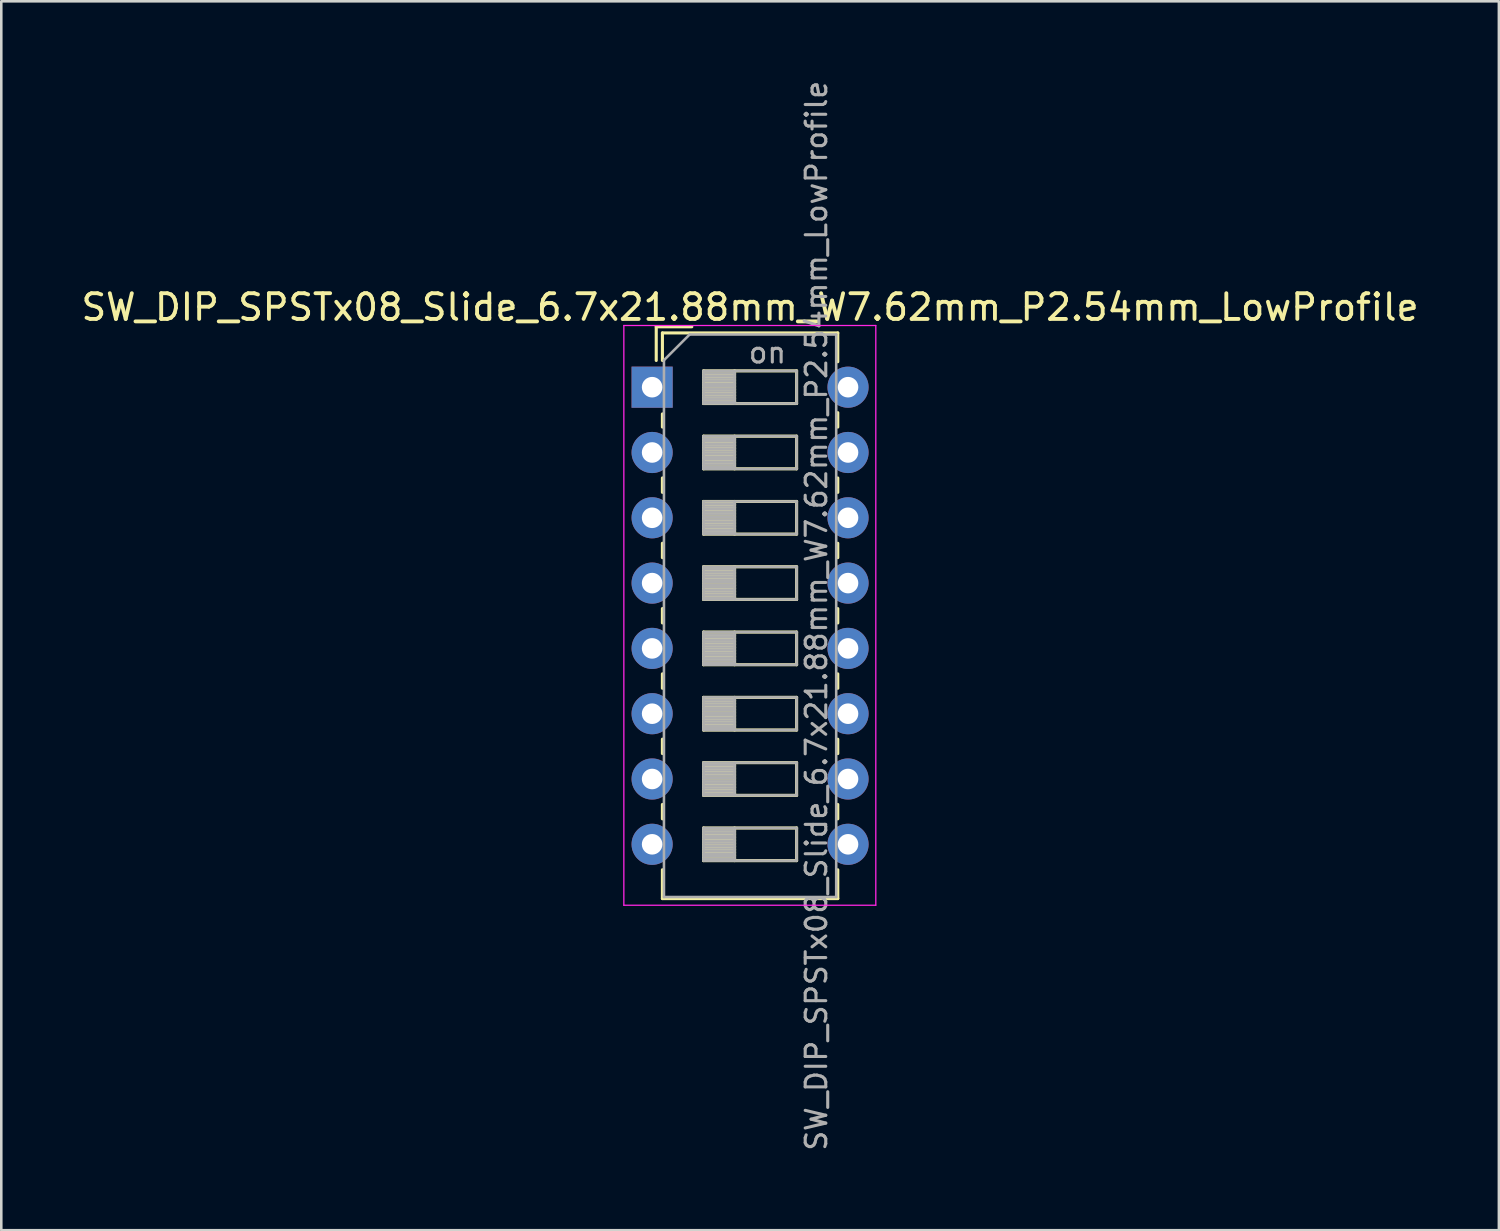
<source format=kicad_pcb>
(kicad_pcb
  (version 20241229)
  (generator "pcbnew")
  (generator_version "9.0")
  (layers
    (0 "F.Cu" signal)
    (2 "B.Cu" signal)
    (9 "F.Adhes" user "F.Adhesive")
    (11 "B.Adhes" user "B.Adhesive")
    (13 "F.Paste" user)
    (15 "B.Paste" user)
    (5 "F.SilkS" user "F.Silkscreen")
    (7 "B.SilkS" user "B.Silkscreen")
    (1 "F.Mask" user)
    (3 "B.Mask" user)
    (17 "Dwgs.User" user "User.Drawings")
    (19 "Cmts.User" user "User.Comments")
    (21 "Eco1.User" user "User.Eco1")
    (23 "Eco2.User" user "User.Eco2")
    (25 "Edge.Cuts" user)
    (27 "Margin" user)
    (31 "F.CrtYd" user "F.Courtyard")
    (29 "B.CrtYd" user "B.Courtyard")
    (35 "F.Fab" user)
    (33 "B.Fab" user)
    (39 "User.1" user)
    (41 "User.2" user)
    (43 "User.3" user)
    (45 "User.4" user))
  (footprint "SW_DIP_SPSTx08_Slide_6.7x21.88mm_W7.62mm_P2.54mm_LowProfile"
    (layer "F.Cu")
    (at 22.315 12.01)
    (property "Reference" "SW_DIP_SPSTx08_Slide_6.7x21.88mm_W7.62mm_P2.54mm_LowProfile" (at 3.81 -3.11 0) (layer "F.SilkS") (effects (font (size 1 1) (thickness 0.15))))
    (attr through_hole)
    (fp_line (start 0.16 -2.35) (end 0.16 -1.04) (stroke (width 0.12) (type solid)) (layer "F.SilkS"))
    (fp_line (start 0.16 -2.35) (end 1.543 -2.35) (stroke (width 0.12) (type solid)) (layer "F.SilkS"))
    (fp_line (start 0.4 -2.11) (end 0.4 -1.04) (stroke (width 0.12) (type solid)) (layer "F.SilkS"))
    (fp_line (start 0.4 -2.11) (end 7.221 -2.11) (stroke (width 0.12) (type solid)) (layer "F.SilkS"))
    (fp_line (start 0.4 1.04) (end 0.4 1.551) (stroke (width 0.12) (type solid)) (layer "F.SilkS"))
    (fp_line (start 0.4 3.53) (end 0.4 4.091) (stroke (width 0.12) (type solid)) (layer "F.SilkS"))
    (fp_line (start 0.4 6.07) (end 0.4 6.631) (stroke (width 0.12) (type solid)) (layer "F.SilkS"))
    (fp_line (start 0.4 8.61) (end 0.4 9.17) (stroke (width 0.12) (type solid)) (layer "F.SilkS"))
    (fp_line (start 0.4 11.15) (end 0.4 11.71) (stroke (width 0.12) (type solid)) (layer "F.SilkS"))
    (fp_line (start 0.4 13.69) (end 0.4 14.25) (stroke (width 0.12) (type solid)) (layer "F.SilkS"))
    (fp_line (start 0.4 16.23) (end 0.4 16.79) (stroke (width 0.12) (type solid)) (layer "F.SilkS"))
    (fp_line (start 0.4 18.77) (end 0.4 19.891) (stroke (width 0.12) (type solid)) (layer "F.SilkS"))
    (fp_line (start 0.4 19.891) (end 7.221 19.891) (stroke (width 0.12) (type solid)) (layer "F.SilkS"))
    (fp_line (start 2 -0.635) (end 2 0.635) (stroke (width 0.12) (type solid)) (layer "F.SilkS"))
    (fp_line (start 2 -0.515) (end 3.207 -0.515) (stroke (width 0.12) (type solid)) (layer "F.SilkS"))
    (fp_line (start 2 -0.395) (end 3.207 -0.395) (stroke (width 0.12) (type solid)) (layer "F.SilkS"))
    (fp_line (start 2 -0.275) (end 3.207 -0.275) (stroke (width 0.12) (type solid)) (layer "F.SilkS"))
    (fp_line (start 2 -0.155) (end 3.207 -0.155) (stroke (width 0.12) (type solid)) (layer "F.SilkS"))
    (fp_line (start 2 -0.035) (end 3.207 -0.035) (stroke (width 0.12) (type solid)) (layer "F.SilkS"))
    (fp_line (start 2 0.085) (end 3.207 0.085) (stroke (width 0.12) (type solid)) (layer "F.SilkS"))
    (fp_line (start 2 0.205) (end 3.207 0.205) (stroke (width 0.12) (type solid)) (layer "F.SilkS"))
    (fp_line (start 2 0.325) (end 3.207 0.325) (stroke (width 0.12) (type solid)) (layer "F.SilkS"))
    (fp_line (start 2 0.445) (end 3.207 0.445) (stroke (width 0.12) (type solid)) (layer "F.SilkS"))
    (fp_line (start 2 0.565) (end 3.207 0.565) (stroke (width 0.12) (type solid)) (layer "F.SilkS"))
    (fp_line (start 2 0.635) (end 5.62 0.635) (stroke (width 0.12) (type solid)) (layer "F.SilkS"))
    (fp_line (start 2 1.905) (end 2 3.175) (stroke (width 0.12) (type solid)) (layer "F.SilkS"))
    (fp_line (start 2 2.025) (end 3.207 2.025) (stroke (width 0.12) (type solid)) (layer "F.SilkS"))
    (fp_line (start 2 2.145) (end 3.207 2.145) (stroke (width 0.12) (type solid)) (layer "F.SilkS"))
    (fp_line (start 2 2.265) (end 3.207 2.265) (stroke (width 0.12) (type solid)) (layer "F.SilkS"))
    (fp_line (start 2 2.385) (end 3.207 2.385) (stroke (width 0.12) (type solid)) (layer "F.SilkS"))
    (fp_line (start 2 2.505) (end 3.207 2.505) (stroke (width 0.12) (type solid)) (layer "F.SilkS"))
    (fp_line (start 2 2.625) (end 3.207 2.625) (stroke (width 0.12) (type solid)) (layer "F.SilkS"))
    (fp_line (start 2 2.745) (end 3.207 2.745) (stroke (width 0.12) (type solid)) (layer "F.SilkS"))
    (fp_line (start 2 2.865) (end 3.207 2.865) (stroke (width 0.12) (type solid)) (layer "F.SilkS"))
    (fp_line (start 2 2.985) (end 3.207 2.985) (stroke (width 0.12) (type solid)) (layer "F.SilkS"))
    (fp_line (start 2 3.105) (end 3.207 3.105) (stroke (width 0.12) (type solid)) (layer "F.SilkS"))
    (fp_line (start 2 3.175) (end 5.62 3.175) (stroke (width 0.12) (type solid)) (layer "F.SilkS"))
    (fp_line (start 2 4.445) (end 2 5.715) (stroke (width 0.12) (type solid)) (layer "F.SilkS"))
    (fp_line (start 2 4.565) (end 3.207 4.565) (stroke (width 0.12) (type solid)) (layer "F.SilkS"))
    (fp_line (start 2 4.685) (end 3.207 4.685) (stroke (width 0.12) (type solid)) (layer "F.SilkS"))
    (fp_line (start 2 4.805) (end 3.207 4.805) (stroke (width 0.12) (type solid)) (layer "F.SilkS"))
    (fp_line (start 2 4.925) (end 3.207 4.925) (stroke (width 0.12) (type solid)) (layer "F.SilkS"))
    (fp_line (start 2 5.045) (end 3.207 5.045) (stroke (width 0.12) (type solid)) (layer "F.SilkS"))
    (fp_line (start 2 5.165) (end 3.207 5.165) (stroke (width 0.12) (type solid)) (layer "F.SilkS"))
    (fp_line (start 2 5.285) (end 3.207 5.285) (stroke (width 0.12) (type solid)) (layer "F.SilkS"))
    (fp_line (start 2 5.405) (end 3.207 5.405) (stroke (width 0.12) (type solid)) (layer "F.SilkS"))
    (fp_line (start 2 5.525) (end 3.207 5.525) (stroke (width 0.12) (type solid)) (layer "F.SilkS"))
    (fp_line (start 2 5.645) (end 3.207 5.645) (stroke (width 0.12) (type solid)) (layer "F.SilkS"))
    (fp_line (start 2 5.715) (end 5.62 5.715) (stroke (width 0.12) (type solid)) (layer "F.SilkS"))
    (fp_line (start 2 6.985) (end 2 8.255) (stroke (width 0.12) (type solid)) (layer "F.SilkS"))
    (fp_line (start 2 7.105) (end 3.207 7.105) (stroke (width 0.12) (type solid)) (layer "F.SilkS"))
    (fp_line (start 2 7.225) (end 3.207 7.225) (stroke (width 0.12) (type solid)) (layer "F.SilkS"))
    (fp_line (start 2 7.345) (end 3.207 7.345) (stroke (width 0.12) (type solid)) (layer "F.SilkS"))
    (fp_line (start 2 7.465) (end 3.207 7.465) (stroke (width 0.12) (type solid)) (layer "F.SilkS"))
    (fp_line (start 2 7.585) (end 3.207 7.585) (stroke (width 0.12) (type solid)) (layer "F.SilkS"))
    (fp_line (start 2 7.705) (end 3.207 7.705) (stroke (width 0.12) (type solid)) (layer "F.SilkS"))
    (fp_line (start 2 7.825) (end 3.207 7.825) (stroke (width 0.12) (type solid)) (layer "F.SilkS"))
    (fp_line (start 2 7.945) (end 3.207 7.945) (stroke (width 0.12) (type solid)) (layer "F.SilkS"))
    (fp_line (start 2 8.065) (end 3.207 8.065) (stroke (width 0.12) (type solid)) (layer "F.SilkS"))
    (fp_line (start 2 8.185) (end 3.207 8.185) (stroke (width 0.12) (type solid)) (layer "F.SilkS"))
    (fp_line (start 2 8.255) (end 5.62 8.255) (stroke (width 0.12) (type solid)) (layer "F.SilkS"))
    (fp_line (start 2 9.525) (end 2 10.795) (stroke (width 0.12) (type solid)) (layer "F.SilkS"))
    (fp_line (start 2 9.645) (end 3.207 9.645) (stroke (width 0.12) (type solid)) (layer "F.SilkS"))
    (fp_line (start 2 9.765) (end 3.207 9.765) (stroke (width 0.12) (type solid)) (layer "F.SilkS"))
    (fp_line (start 2 9.885) (end 3.207 9.885) (stroke (width 0.12) (type solid)) (layer "F.SilkS"))
    (fp_line (start 2 10.005) (end 3.207 10.005) (stroke (width 0.12) (type solid)) (layer "F.SilkS"))
    (fp_line (start 2 10.125) (end 3.207 10.125) (stroke (width 0.12) (type solid)) (layer "F.SilkS"))
    (fp_line (start 2 10.245) (end 3.207 10.245) (stroke (width 0.12) (type solid)) (layer "F.SilkS"))
    (fp_line (start 2 10.365) (end 3.207 10.365) (stroke (width 0.12) (type solid)) (layer "F.SilkS"))
    (fp_line (start 2 10.485) (end 3.207 10.485) (stroke (width 0.12) (type solid)) (layer "F.SilkS"))
    (fp_line (start 2 10.605) (end 3.207 10.605) (stroke (width 0.12) (type solid)) (layer "F.SilkS"))
    (fp_line (start 2 10.725) (end 3.207 10.725) (stroke (width 0.12) (type solid)) (layer "F.SilkS"))
    (fp_line (start 2 10.795) (end 5.62 10.795) (stroke (width 0.12) (type solid)) (layer "F.SilkS"))
    (fp_line (start 2 12.065) (end 2 13.335) (stroke (width 0.12) (type solid)) (layer "F.SilkS"))
    (fp_line (start 2 12.185) (end 3.207 12.185) (stroke (width 0.12) (type solid)) (layer "F.SilkS"))
    (fp_line (start 2 12.305) (end 3.207 12.305) (stroke (width 0.12) (type solid)) (layer "F.SilkS"))
    (fp_line (start 2 12.425) (end 3.207 12.425) (stroke (width 0.12) (type solid)) (layer "F.SilkS"))
    (fp_line (start 2 12.545) (end 3.207 12.545) (stroke (width 0.12) (type solid)) (layer "F.SilkS"))
    (fp_line (start 2 12.665) (end 3.207 12.665) (stroke (width 0.12) (type solid)) (layer "F.SilkS"))
    (fp_line (start 2 12.785) (end 3.207 12.785) (stroke (width 0.12) (type solid)) (layer "F.SilkS"))
    (fp_line (start 2 12.905) (end 3.207 12.905) (stroke (width 0.12) (type solid)) (layer "F.SilkS"))
    (fp_line (start 2 13.025) (end 3.207 13.025) (stroke (width 0.12) (type solid)) (layer "F.SilkS"))
    (fp_line (start 2 13.145) (end 3.207 13.145) (stroke (width 0.12) (type solid)) (layer "F.SilkS"))
    (fp_line (start 2 13.265) (end 3.207 13.265) (stroke (width 0.12) (type solid)) (layer "F.SilkS"))
    (fp_line (start 2 13.335) (end 5.62 13.335) (stroke (width 0.12) (type solid)) (layer "F.SilkS"))
    (fp_line (start 2 14.605) (end 2 15.875) (stroke (width 0.12) (type solid)) (layer "F.SilkS"))
    (fp_line (start 2 14.725) (end 3.207 14.725) (stroke (width 0.12) (type solid)) (layer "F.SilkS"))
    (fp_line (start 2 14.845) (end 3.207 14.845) (stroke (width 0.12) (type solid)) (layer "F.SilkS"))
    (fp_line (start 2 14.965) (end 3.207 14.965) (stroke (width 0.12) (type solid)) (layer "F.SilkS"))
    (fp_line (start 2 15.085) (end 3.207 15.085) (stroke (width 0.12) (type solid)) (layer "F.SilkS"))
    (fp_line (start 2 15.205) (end 3.207 15.205) (stroke (width 0.12) (type solid)) (layer "F.SilkS"))
    (fp_line (start 2 15.325) (end 3.207 15.325) (stroke (width 0.12) (type solid)) (layer "F.SilkS"))
    (fp_line (start 2 15.445) (end 3.207 15.445) (stroke (width 0.12) (type solid)) (layer "F.SilkS"))
    (fp_line (start 2 15.565) (end 3.207 15.565) (stroke (width 0.12) (type solid)) (layer "F.SilkS"))
    (fp_line (start 2 15.685) (end 3.207 15.685) (stroke (width 0.12) (type solid)) (layer "F.SilkS"))
    (fp_line (start 2 15.805) (end 3.207 15.805) (stroke (width 0.12) (type solid)) (layer "F.SilkS"))
    (fp_line (start 2 15.875) (end 5.62 15.875) (stroke (width 0.12) (type solid)) (layer "F.SilkS"))
    (fp_line (start 2 17.145) (end 2 18.415) (stroke (width 0.12) (type solid)) (layer "F.SilkS"))
    (fp_line (start 2 17.265) (end 3.207 17.265) (stroke (width 0.12) (type solid)) (layer "F.SilkS"))
    (fp_line (start 2 17.385) (end 3.207 17.385) (stroke (width 0.12) (type solid)) (layer "F.SilkS"))
    (fp_line (start 2 17.505) (end 3.207 17.505) (stroke (width 0.12) (type solid)) (layer "F.SilkS"))
    (fp_line (start 2 17.625) (end 3.207 17.625) (stroke (width 0.12) (type solid)) (layer "F.SilkS"))
    (fp_line (start 2 17.745) (end 3.207 17.745) (stroke (width 0.12) (type solid)) (layer "F.SilkS"))
    (fp_line (start 2 17.865) (end 3.207 17.865) (stroke (width 0.12) (type solid)) (layer "F.SilkS"))
    (fp_line (start 2 17.985) (end 3.207 17.985) (stroke (width 0.12) (type solid)) (layer "F.SilkS"))
    (fp_line (start 2 18.105) (end 3.207 18.105) (stroke (width 0.12) (type solid)) (layer "F.SilkS"))
    (fp_line (start 2 18.225) (end 3.207 18.225) (stroke (width 0.12) (type solid)) (layer "F.SilkS"))
    (fp_line (start 2 18.345) (end 3.207 18.345) (stroke (width 0.12) (type solid)) (layer "F.SilkS"))
    (fp_line (start 2 18.415) (end 5.62 18.415) (stroke (width 0.12) (type solid)) (layer "F.SilkS"))
    (fp_line (start 3.207 -0.635) (end 3.207 0.635) (stroke (width 0.12) (type solid)) (layer "F.SilkS"))
    (fp_line (start 3.207 1.905) (end 3.207 3.175) (stroke (width 0.12) (type solid)) (layer "F.SilkS"))
    (fp_line (start 3.207 4.445) (end 3.207 5.715) (stroke (width 0.12) (type solid)) (layer "F.SilkS"))
    (fp_line (start 3.207 6.985) (end 3.207 8.255) (stroke (width 0.12) (type solid)) (layer "F.SilkS"))
    (fp_line (start 3.207 9.525) (end 3.207 10.795) (stroke (width 0.12) (type solid)) (layer "F.SilkS"))
    (fp_line (start 3.207 12.065) (end 3.207 13.335) (stroke (width 0.12) (type solid)) (layer "F.SilkS"))
    (fp_line (start 3.207 14.605) (end 3.207 15.875) (stroke (width 0.12) (type solid)) (layer "F.SilkS"))
    (fp_line (start 3.207 17.145) (end 3.207 18.415) (stroke (width 0.12) (type solid)) (layer "F.SilkS"))
    (fp_line (start 5.62 -0.635) (end 2 -0.635) (stroke (width 0.12) (type solid)) (layer "F.SilkS"))
    (fp_line (start 5.62 0.635) (end 5.62 -0.635) (stroke (width 0.12) (type solid)) (layer "F.SilkS"))
    (fp_line (start 5.62 1.905) (end 2 1.905) (stroke (width 0.12) (type solid)) (layer "F.SilkS"))
    (fp_line (start 5.62 3.175) (end 5.62 1.905) (stroke (width 0.12) (type solid)) (layer "F.SilkS"))
    (fp_line (start 5.62 4.445) (end 2 4.445) (stroke (width 0.12) (type solid)) (layer "F.SilkS"))
    (fp_line (start 5.62 5.715) (end 5.62 4.445) (stroke (width 0.12) (type solid)) (layer "F.SilkS"))
    (fp_line (start 5.62 6.985) (end 2 6.985) (stroke (width 0.12) (type solid)) (layer "F.SilkS"))
    (fp_line (start 5.62 8.255) (end 5.62 6.985) (stroke (width 0.12) (type solid)) (layer "F.SilkS"))
    (fp_line (start 5.62 9.525) (end 2 9.525) (stroke (width 0.12) (type solid)) (layer "F.SilkS"))
    (fp_line (start 5.62 10.795) (end 5.62 9.525) (stroke (width 0.12) (type solid)) (layer "F.SilkS"))
    (fp_line (start 5.62 12.065) (end 2 12.065) (stroke (width 0.12) (type solid)) (layer "F.SilkS"))
    (fp_line (start 5.62 13.335) (end 5.62 12.065) (stroke (width 0.12) (type solid)) (layer "F.SilkS"))
    (fp_line (start 5.62 14.605) (end 2 14.605) (stroke (width 0.12) (type solid)) (layer "F.SilkS"))
    (fp_line (start 5.62 15.875) (end 5.62 14.605) (stroke (width 0.12) (type solid)) (layer "F.SilkS"))
    (fp_line (start 5.62 17.145) (end 2 17.145) (stroke (width 0.12) (type solid)) (layer "F.SilkS"))
    (fp_line (start 5.62 18.415) (end 5.62 17.145) (stroke (width 0.12) (type solid)) (layer "F.SilkS"))
    (fp_line (start 7.221 -2.11) (end 7.221 -0.99) (stroke (width 0.12) (type solid)) (layer "F.SilkS"))
    (fp_line (start 7.221 0.991) (end 7.221 1.551) (stroke (width 0.12) (type solid)) (layer "F.SilkS"))
    (fp_line (start 7.221 3.531) (end 7.221 4.091) (stroke (width 0.12) (type solid)) (layer "F.SilkS"))
    (fp_line (start 7.221 6.071) (end 7.221 6.631) (stroke (width 0.12) (type solid)) (layer "F.SilkS"))
    (fp_line (start 7.221 8.611) (end 7.221 9.171) (stroke (width 0.12) (type solid)) (layer "F.SilkS"))
    (fp_line (start 7.221 11.151) (end 7.221 11.711) (stroke (width 0.12) (type solid)) (layer "F.SilkS"))
    (fp_line (start 7.221 13.691) (end 7.221 14.251) (stroke (width 0.12) (type solid)) (layer "F.SilkS"))
    (fp_line (start 7.221 16.231) (end 7.221 16.79) (stroke (width 0.12) (type solid)) (layer "F.SilkS"))
    (fp_line (start 7.221 18.771) (end 7.221 19.891) (stroke (width 0.12) (type solid)) (layer "F.SilkS"))
    (fp_line (start -1.1 -2.4) (end -1.1 20.15) (stroke (width 0.05) (type solid)) (layer "F.CrtYd"))
    (fp_line (start -1.1 20.15) (end 8.7 20.15) (stroke (width 0.05) (type solid)) (layer "F.CrtYd"))
    (fp_line (start 8.7 -2.4) (end -1.1 -2.4) (stroke (width 0.05) (type solid)) (layer "F.CrtYd"))
    (fp_line (start 8.7 20.15) (end 8.7 -2.4) (stroke (width 0.05) (type solid)) (layer "F.CrtYd"))
    (fp_line (start 0.46 -1.05) (end 1.46 -2.05) (stroke (width 0.1) (type solid)) (layer "F.Fab"))
    (fp_line (start 0.46 19.83) (end 0.46 -1.05) (stroke (width 0.1) (type solid)) (layer "F.Fab"))
    (fp_line (start 1.46 -2.05) (end 7.16 -2.05) (stroke (width 0.1) (type solid)) (layer "F.Fab"))
    (fp_line (start 2 -0.635) (end 2 0.635) (stroke (width 0.1) (type solid)) (layer "F.Fab"))
    (fp_line (start 2 -0.535) (end 3.207 -0.535) (stroke (width 0.1) (type solid)) (layer "F.Fab"))
    (fp_line (start 2 -0.435) (end 3.207 -0.435) (stroke (width 0.1) (type solid)) (layer "F.Fab"))
    (fp_line (start 2 -0.335) (end 3.207 -0.335) (stroke (width 0.1) (type solid)) (layer "F.Fab"))
    (fp_line (start 2 -0.235) (end 3.207 -0.235) (stroke (width 0.1) (type solid)) (layer "F.Fab"))
    (fp_line (start 2 -0.135) (end 3.207 -0.135) (stroke (width 0.1) (type solid)) (layer "F.Fab"))
    (fp_line (start 2 -0.035) (end 3.207 -0.035) (stroke (width 0.1) (type solid)) (layer "F.Fab"))
    (fp_line (start 2 0.065) (end 3.207 0.065) (stroke (width 0.1) (type solid)) (layer "F.Fab"))
    (fp_line (start 2 0.165) (end 3.207 0.165) (stroke (width 0.1) (type solid)) (layer "F.Fab"))
    (fp_line (start 2 0.265) (end 3.207 0.265) (stroke (width 0.1) (type solid)) (layer "F.Fab"))
    (fp_line (start 2 0.365) (end 3.207 0.365) (stroke (width 0.1) (type solid)) (layer "F.Fab"))
    (fp_line (start 2 0.465) (end 3.207 0.465) (stroke (width 0.1) (type solid)) (layer "F.Fab"))
    (fp_line (start 2 0.565) (end 3.207 0.565) (stroke (width 0.1) (type solid)) (layer "F.Fab"))
    (fp_line (start 2 0.635) (end 5.62 0.635) (stroke (width 0.1) (type solid)) (layer "F.Fab"))
    (fp_line (start 2 1.905) (end 2 3.175) (stroke (width 0.1) (type solid)) (layer "F.Fab"))
    (fp_line (start 2 2.005) (end 3.207 2.005) (stroke (width 0.1) (type solid)) (layer "F.Fab"))
    (fp_line (start 2 2.105) (end 3.207 2.105) (stroke (width 0.1) (type solid)) (layer "F.Fab"))
    (fp_line (start 2 2.205) (end 3.207 2.205) (stroke (width 0.1) (type solid)) (layer "F.Fab"))
    (fp_line (start 2 2.305) (end 3.207 2.305) (stroke (width 0.1) (type solid)) (layer "F.Fab"))
    (fp_line (start 2 2.405) (end 3.207 2.405) (stroke (width 0.1) (type solid)) (layer "F.Fab"))
    (fp_line (start 2 2.505) (end 3.207 2.505) (stroke (width 0.1) (type solid)) (layer "F.Fab"))
    (fp_line (start 2 2.605) (end 3.207 2.605) (stroke (width 0.1) (type solid)) (layer "F.Fab"))
    (fp_line (start 2 2.705) (end 3.207 2.705) (stroke (width 0.1) (type solid)) (layer "F.Fab"))
    (fp_line (start 2 2.805) (end 3.207 2.805) (stroke (width 0.1) (type solid)) (layer "F.Fab"))
    (fp_line (start 2 2.905) (end 3.207 2.905) (stroke (width 0.1) (type solid)) (layer "F.Fab"))
    (fp_line (start 2 3.005) (end 3.207 3.005) (stroke (width 0.1) (type solid)) (layer "F.Fab"))
    (fp_line (start 2 3.105) (end 3.207 3.105) (stroke (width 0.1) (type solid)) (layer "F.Fab"))
    (fp_line (start 2 3.175) (end 5.62 3.175) (stroke (width 0.1) (type solid)) (layer "F.Fab"))
    (fp_line (start 2 4.445) (end 2 5.715) (stroke (width 0.1) (type solid)) (layer "F.Fab"))
    (fp_line (start 2 4.545) (end 3.207 4.545) (stroke (width 0.1) (type solid)) (layer "F.Fab"))
    (fp_line (start 2 4.645) (end 3.207 4.645) (stroke (width 0.1) (type solid)) (layer "F.Fab"))
    (fp_line (start 2 4.745) (end 3.207 4.745) (stroke (width 0.1) (type solid)) (layer "F.Fab"))
    (fp_line (start 2 4.845) (end 3.207 4.845) (stroke (width 0.1) (type solid)) (layer "F.Fab"))
    (fp_line (start 2 4.945) (end 3.207 4.945) (stroke (width 0.1) (type solid)) (layer "F.Fab"))
    (fp_line (start 2 5.045) (end 3.207 5.045) (stroke (width 0.1) (type solid)) (layer "F.Fab"))
    (fp_line (start 2 5.145) (end 3.207 5.145) (stroke (width 0.1) (type solid)) (layer "F.Fab"))
    (fp_line (start 2 5.245) (end 3.207 5.245) (stroke (width 0.1) (type solid)) (layer "F.Fab"))
    (fp_line (start 2 5.345) (end 3.207 5.345) (stroke (width 0.1) (type solid)) (layer "F.Fab"))
    (fp_line (start 2 5.445) (end 3.207 5.445) (stroke (width 0.1) (type solid)) (layer "F.Fab"))
    (fp_line (start 2 5.545) (end 3.207 5.545) (stroke (width 0.1) (type solid)) (layer "F.Fab"))
    (fp_line (start 2 5.645) (end 3.207 5.645) (stroke (width 0.1) (type solid)) (layer "F.Fab"))
    (fp_line (start 2 5.715) (end 5.62 5.715) (stroke (width 0.1) (type solid)) (layer "F.Fab"))
    (fp_line (start 2 6.985) (end 2 8.255) (stroke (width 0.1) (type solid)) (layer "F.Fab"))
    (fp_line (start 2 7.085) (end 3.207 7.085) (stroke (width 0.1) (type solid)) (layer "F.Fab"))
    (fp_line (start 2 7.185) (end 3.207 7.185) (stroke (width 0.1) (type solid)) (layer "F.Fab"))
    (fp_line (start 2 7.285) (end 3.207 7.285) (stroke (width 0.1) (type solid)) (layer "F.Fab"))
    (fp_line (start 2 7.385) (end 3.207 7.385) (stroke (width 0.1) (type solid)) (layer "F.Fab"))
    (fp_line (start 2 7.485) (end 3.207 7.485) (stroke (width 0.1) (type solid)) (layer "F.Fab"))
    (fp_line (start 2 7.585) (end 3.207 7.585) (stroke (width 0.1) (type solid)) (layer "F.Fab"))
    (fp_line (start 2 7.685) (end 3.207 7.685) (stroke (width 0.1) (type solid)) (layer "F.Fab"))
    (fp_line (start 2 7.785) (end 3.207 7.785) (stroke (width 0.1) (type solid)) (layer "F.Fab"))
    (fp_line (start 2 7.885) (end 3.207 7.885) (stroke (width 0.1) (type solid)) (layer "F.Fab"))
    (fp_line (start 2 7.985) (end 3.207 7.985) (stroke (width 0.1) (type solid)) (layer "F.Fab"))
    (fp_line (start 2 8.085) (end 3.207 8.085) (stroke (width 0.1) (type solid)) (layer "F.Fab"))
    (fp_line (start 2 8.185) (end 3.207 8.185) (stroke (width 0.1) (type solid)) (layer "F.Fab"))
    (fp_line (start 2 8.255) (end 5.62 8.255) (stroke (width 0.1) (type solid)) (layer "F.Fab"))
    (fp_line (start 2 9.525) (end 2 10.795) (stroke (width 0.1) (type solid)) (layer "F.Fab"))
    (fp_line (start 2 9.625) (end 3.207 9.625) (stroke (width 0.1) (type solid)) (layer "F.Fab"))
    (fp_line (start 2 9.725) (end 3.207 9.725) (stroke (width 0.1) (type solid)) (layer "F.Fab"))
    (fp_line (start 2 9.825) (end 3.207 9.825) (stroke (width 0.1) (type solid)) (layer "F.Fab"))
    (fp_line (start 2 9.925) (end 3.207 9.925) (stroke (width 0.1) (type solid)) (layer "F.Fab"))
    (fp_line (start 2 10.025) (end 3.207 10.025) (stroke (width 0.1) (type solid)) (layer "F.Fab"))
    (fp_line (start 2 10.125) (end 3.207 10.125) (stroke (width 0.1) (type solid)) (layer "F.Fab"))
    (fp_line (start 2 10.225) (end 3.207 10.225) (stroke (width 0.1) (type solid)) (layer "F.Fab"))
    (fp_line (start 2 10.325) (end 3.207 10.325) (stroke (width 0.1) (type solid)) (layer "F.Fab"))
    (fp_line (start 2 10.425) (end 3.207 10.425) (stroke (width 0.1) (type solid)) (layer "F.Fab"))
    (fp_line (start 2 10.525) (end 3.207 10.525) (stroke (width 0.1) (type solid)) (layer "F.Fab"))
    (fp_line (start 2 10.625) (end 3.207 10.625) (stroke (width 0.1) (type solid)) (layer "F.Fab"))
    (fp_line (start 2 10.725) (end 3.207 10.725) (stroke (width 0.1) (type solid)) (layer "F.Fab"))
    (fp_line (start 2 10.795) (end 5.62 10.795) (stroke (width 0.1) (type solid)) (layer "F.Fab"))
    (fp_line (start 2 12.065) (end 2 13.335) (stroke (width 0.1) (type solid)) (layer "F.Fab"))
    (fp_line (start 2 12.165) (end 3.207 12.165) (stroke (width 0.1) (type solid)) (layer "F.Fab"))
    (fp_line (start 2 12.265) (end 3.207 12.265) (stroke (width 0.1) (type solid)) (layer "F.Fab"))
    (fp_line (start 2 12.365) (end 3.207 12.365) (stroke (width 0.1) (type solid)) (layer "F.Fab"))
    (fp_line (start 2 12.465) (end 3.207 12.465) (stroke (width 0.1) (type solid)) (layer "F.Fab"))
    (fp_line (start 2 12.565) (end 3.207 12.565) (stroke (width 0.1) (type solid)) (layer "F.Fab"))
    (fp_line (start 2 12.665) (end 3.207 12.665) (stroke (width 0.1) (type solid)) (layer "F.Fab"))
    (fp_line (start 2 12.765) (end 3.207 12.765) (stroke (width 0.1) (type solid)) (layer "F.Fab"))
    (fp_line (start 2 12.865) (end 3.207 12.865) (stroke (width 0.1) (type solid)) (layer "F.Fab"))
    (fp_line (start 2 12.965) (end 3.207 12.965) (stroke (width 0.1) (type solid)) (layer "F.Fab"))
    (fp_line (start 2 13.065) (end 3.207 13.065) (stroke (width 0.1) (type solid)) (layer "F.Fab"))
    (fp_line (start 2 13.165) (end 3.207 13.165) (stroke (width 0.1) (type solid)) (layer "F.Fab"))
    (fp_line (start 2 13.265) (end 3.207 13.265) (stroke (width 0.1) (type solid)) (layer "F.Fab"))
    (fp_line (start 2 13.335) (end 5.62 13.335) (stroke (width 0.1) (type solid)) (layer "F.Fab"))
    (fp_line (start 2 14.605) (end 2 15.875) (stroke (width 0.1) (type solid)) (layer "F.Fab"))
    (fp_line (start 2 14.705) (end 3.207 14.705) (stroke (width 0.1) (type solid)) (layer "F.Fab"))
    (fp_line (start 2 14.805) (end 3.207 14.805) (stroke (width 0.1) (type solid)) (layer "F.Fab"))
    (fp_line (start 2 14.905) (end 3.207 14.905) (stroke (width 0.1) (type solid)) (layer "F.Fab"))
    (fp_line (start 2 15.005) (end 3.207 15.005) (stroke (width 0.1) (type solid)) (layer "F.Fab"))
    (fp_line (start 2 15.105) (end 3.207 15.105) (stroke (width 0.1) (type solid)) (layer "F.Fab"))
    (fp_line (start 2 15.205) (end 3.207 15.205) (stroke (width 0.1) (type solid)) (layer "F.Fab"))
    (fp_line (start 2 15.305) (end 3.207 15.305) (stroke (width 0.1) (type solid)) (layer "F.Fab"))
    (fp_line (start 2 15.405) (end 3.207 15.405) (stroke (width 0.1) (type solid)) (layer "F.Fab"))
    (fp_line (start 2 15.505) (end 3.207 15.505) (stroke (width 0.1) (type solid)) (layer "F.Fab"))
    (fp_line (start 2 15.605) (end 3.207 15.605) (stroke (width 0.1) (type solid)) (layer "F.Fab"))
    (fp_line (start 2 15.705) (end 3.207 15.705) (stroke (width 0.1) (type solid)) (layer "F.Fab"))
    (fp_line (start 2 15.805) (end 3.207 15.805) (stroke (width 0.1) (type solid)) (layer "F.Fab"))
    (fp_line (start 2 15.875) (end 5.62 15.875) (stroke (width 0.1) (type solid)) (layer "F.Fab"))
    (fp_line (start 2 17.145) (end 2 18.415) (stroke (width 0.1) (type solid)) (layer "F.Fab"))
    (fp_line (start 2 17.245) (end 3.207 17.245) (stroke (width 0.1) (type solid)) (layer "F.Fab"))
    (fp_line (start 2 17.345) (end 3.207 17.345) (stroke (width 0.1) (type solid)) (layer "F.Fab"))
    (fp_line (start 2 17.445) (end 3.207 17.445) (stroke (width 0.1) (type solid)) (layer "F.Fab"))
    (fp_line (start 2 17.545) (end 3.207 17.545) (stroke (width 0.1) (type solid)) (layer "F.Fab"))
    (fp_line (start 2 17.645) (end 3.207 17.645) (stroke (width 0.1) (type solid)) (layer "F.Fab"))
    (fp_line (start 2 17.745) (end 3.207 17.745) (stroke (width 0.1) (type solid)) (layer "F.Fab"))
    (fp_line (start 2 17.845) (end 3.207 17.845) (stroke (width 0.1) (type solid)) (layer "F.Fab"))
    (fp_line (start 2 17.945) (end 3.207 17.945) (stroke (width 0.1) (type solid)) (layer "F.Fab"))
    (fp_line (start 2 18.045) (end 3.207 18.045) (stroke (width 0.1) (type solid)) (layer "F.Fab"))
    (fp_line (start 2 18.145) (end 3.207 18.145) (stroke (width 0.1) (type solid)) (layer "F.Fab"))
    (fp_line (start 2 18.245) (end 3.207 18.245) (stroke (width 0.1) (type solid)) (layer "F.Fab"))
    (fp_line (start 2 18.345) (end 3.207 18.345) (stroke (width 0.1) (type solid)) (layer "F.Fab"))
    (fp_line (start 2 18.415) (end 5.62 18.415) (stroke (width 0.1) (type solid)) (layer "F.Fab"))
    (fp_line (start 3.207 -0.635) (end 3.207 0.635) (stroke (width 0.1) (type solid)) (layer "F.Fab"))
    (fp_line (start 3.207 1.905) (end 3.207 3.175) (stroke (width 0.1) (type solid)) (layer "F.Fab"))
    (fp_line (start 3.207 4.445) (end 3.207 5.715) (stroke (width 0.1) (type solid)) (layer "F.Fab"))
    (fp_line (start 3.207 6.985) (end 3.207 8.255) (stroke (width 0.1) (type solid)) (layer "F.Fab"))
    (fp_line (start 3.207 9.525) (end 3.207 10.795) (stroke (width 0.1) (type solid)) (layer "F.Fab"))
    (fp_line (start 3.207 12.065) (end 3.207 13.335) (stroke (width 0.1) (type solid)) (layer "F.Fab"))
    (fp_line (start 3.207 14.605) (end 3.207 15.875) (stroke (width 0.1) (type solid)) (layer "F.Fab"))
    (fp_line (start 3.207 17.145) (end 3.207 18.415) (stroke (width 0.1) (type solid)) (layer "F.Fab"))
    (fp_line (start 5.62 -0.635) (end 2 -0.635) (stroke (width 0.1) (type solid)) (layer "F.Fab"))
    (fp_line (start 5.62 0.635) (end 5.62 -0.635) (stroke (width 0.1) (type solid)) (layer "F.Fab"))
    (fp_line (start 5.62 1.905) (end 2 1.905) (stroke (width 0.1) (type solid)) (layer "F.Fab"))
    (fp_line (start 5.62 3.175) (end 5.62 1.905) (stroke (width 0.1) (type solid)) (layer "F.Fab"))
    (fp_line (start 5.62 4.445) (end 2 4.445) (stroke (width 0.1) (type solid)) (layer "F.Fab"))
    (fp_line (start 5.62 5.715) (end 5.62 4.445) (stroke (width 0.1) (type solid)) (layer "F.Fab"))
    (fp_line (start 5.62 6.985) (end 2 6.985) (stroke (width 0.1) (type solid)) (layer "F.Fab"))
    (fp_line (start 5.62 8.255) (end 5.62 6.985) (stroke (width 0.1) (type solid)) (layer "F.Fab"))
    (fp_line (start 5.62 9.525) (end 2 9.525) (stroke (width 0.1) (type solid)) (layer "F.Fab"))
    (fp_line (start 5.62 10.795) (end 5.62 9.525) (stroke (width 0.1) (type solid)) (layer "F.Fab"))
    (fp_line (start 5.62 12.065) (end 2 12.065) (stroke (width 0.1) (type solid)) (layer "F.Fab"))
    (fp_line (start 5.62 13.335) (end 5.62 12.065) (stroke (width 0.1) (type solid)) (layer "F.Fab"))
    (fp_line (start 5.62 14.605) (end 2 14.605) (stroke (width 0.1) (type solid)) (layer "F.Fab"))
    (fp_line (start 5.62 15.875) (end 5.62 14.605) (stroke (width 0.1) (type solid)) (layer "F.Fab"))
    (fp_line (start 5.62 17.145) (end 2 17.145) (stroke (width 0.1) (type solid)) (layer "F.Fab"))
    (fp_line (start 5.62 18.415) (end 5.62 17.145) (stroke (width 0.1) (type solid)) (layer "F.Fab"))
    (fp_line (start 7.16 -2.05) (end 7.16 19.83) (stroke (width 0.1) (type solid)) (layer "F.Fab"))
    (fp_line (start 7.16 19.83) (end 0.46 19.83) (stroke (width 0.1) (type solid)) (layer "F.Fab"))
    (fp_text user "${REFERENCE}" (at 6.39 8.89 90) (layer "F.Fab") (effects (font (size 0.8 0.8) (thickness 0.12))))
    (fp_text user "on" (at 4.485 -1.343 0) (layer "F.Fab") (effects (font (size 0.8 0.8) (thickness 0.12))))
    (pad "1" thru_hole rect (at 0 0) (size 1.6 1.6) (drill 0.8) (layers "*.Cu" "*.Mask"))
    (pad "2" thru_hole oval (at 0 2.54) (size 1.6 1.6) (drill 0.8) (layers "*.Cu" "*.Mask"))
    (pad "3" thru_hole oval (at 0 5.08) (size 1.6 1.6) (drill 0.8) (layers "*.Cu" "*.Mask"))
    (pad "4" thru_hole oval (at 0 7.62) (size 1.6 1.6) (drill 0.8) (layers "*.Cu" "*.Mask"))
    (pad "5" thru_hole oval (at 0 10.16) (size 1.6 1.6) (drill 0.8) (layers "*.Cu" "*.Mask"))
    (pad "6" thru_hole oval (at 0 12.7) (size 1.6 1.6) (drill 0.8) (layers "*.Cu" "*.Mask"))
    (pad "7" thru_hole oval (at 0 15.24) (size 1.6 1.6) (drill 0.8) (layers "*.Cu" "*.Mask"))
    (pad "8" thru_hole oval (at 0 17.78) (size 1.6 1.6) (drill 0.8) (layers "*.Cu" "*.Mask"))
    (pad "9" thru_hole oval (at 7.62 17.78) (size 1.6 1.6) (drill 0.8) (layers "*.Cu" "*.Mask"))
    (pad "10" thru_hole oval (at 7.62 15.24) (size 1.6 1.6) (drill 0.8) (layers "*.Cu" "*.Mask"))
    (pad "11" thru_hole oval (at 7.62 12.7) (size 1.6 1.6) (drill 0.8) (layers "*.Cu" "*.Mask"))
    (pad "12" thru_hole oval (at 7.62 10.16) (size 1.6 1.6) (drill 0.8) (layers "*.Cu" "*.Mask"))
    (pad "13" thru_hole oval (at 7.62 7.62) (size 1.6 1.6) (drill 0.8) (layers "*.Cu" "*.Mask"))
    (pad "14" thru_hole oval (at 7.62 5.08) (size 1.6 1.6) (drill 0.8) (layers "*.Cu" "*.Mask"))
    (pad "15" thru_hole oval (at 7.62 2.54) (size 1.6 1.6) (drill 0.8) (layers "*.Cu" "*.Mask"))
    (pad "16" thru_hole oval (at 7.62 0) (size 1.6 1.6) (drill 0.8) (layers "*.Cu" "*.Mask")))
  (gr_rect
    (start -3 -3)
    (end 55.25 44.8)
    (stroke (width 0.1) (type default))
    (fill no)
    (layer "Edge.Cuts")))
</source>
